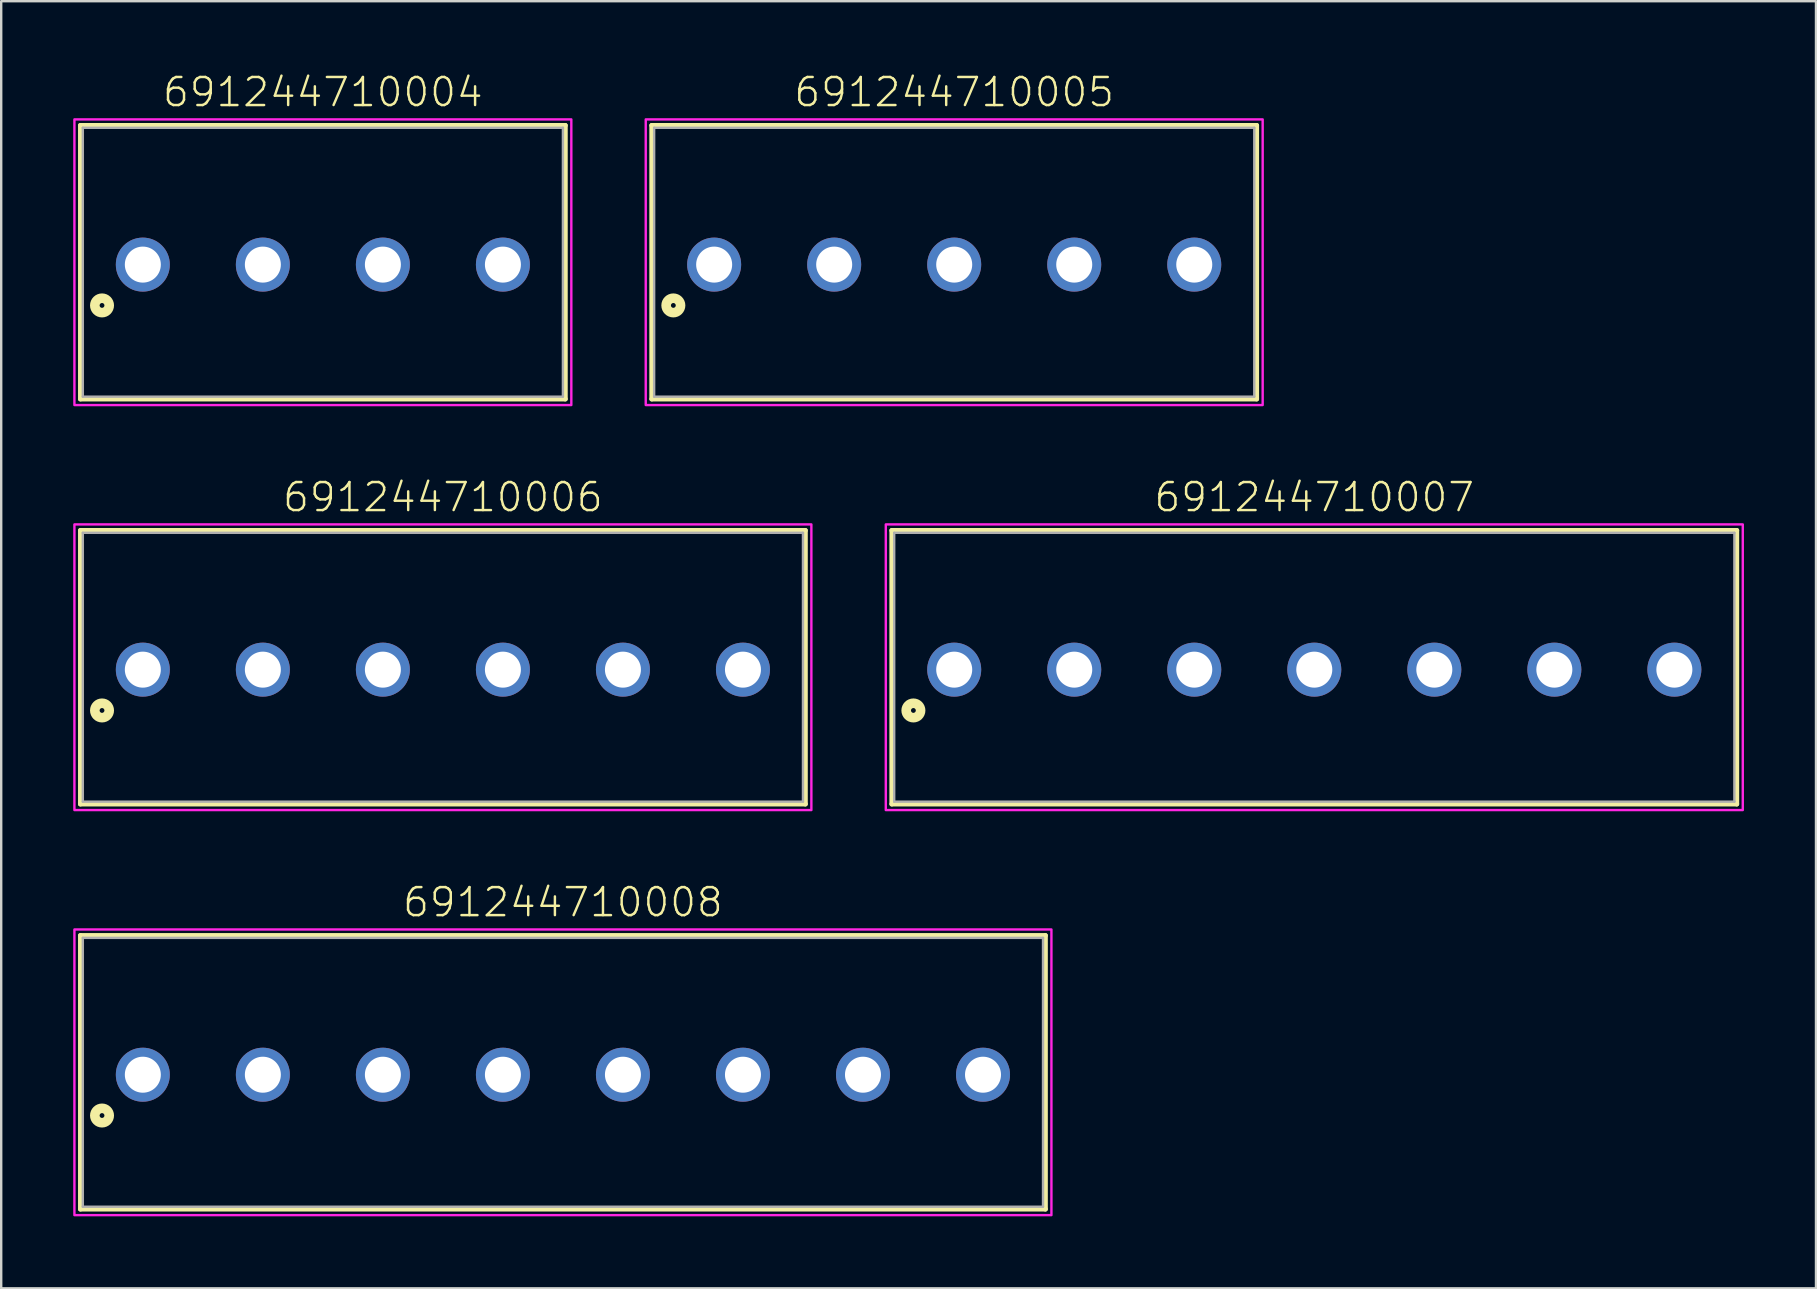
<source format=kicad_pcb>
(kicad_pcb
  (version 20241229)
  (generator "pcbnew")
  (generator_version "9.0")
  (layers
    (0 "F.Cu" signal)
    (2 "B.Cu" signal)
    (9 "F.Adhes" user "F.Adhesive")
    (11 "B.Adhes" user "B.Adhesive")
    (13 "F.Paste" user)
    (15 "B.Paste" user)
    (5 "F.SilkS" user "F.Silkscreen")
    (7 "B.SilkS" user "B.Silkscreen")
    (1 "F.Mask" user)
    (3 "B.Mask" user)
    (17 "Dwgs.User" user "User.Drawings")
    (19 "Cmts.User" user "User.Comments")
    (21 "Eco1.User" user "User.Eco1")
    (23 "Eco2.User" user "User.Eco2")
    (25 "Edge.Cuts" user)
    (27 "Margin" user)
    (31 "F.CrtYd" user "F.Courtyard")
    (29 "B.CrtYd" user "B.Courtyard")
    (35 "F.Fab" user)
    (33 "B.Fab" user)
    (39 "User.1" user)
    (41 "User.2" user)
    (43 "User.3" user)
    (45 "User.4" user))
  (footprint "691244710005"
    (layer "F.Cu")
    (at 36.7 7.973)
    (property "Reference" "691244710005" (at 0 -6.5 0) (unlocked yes) (layer "F.SilkS") (effects (font (size 1.168 1.168) (thickness 0.102)) (justify bottom)))
    (fp_line (start -12.6 -5.8) (end 12.6 -5.8) (stroke (width 0.2) (type solid)) (layer "F.SilkS"))
    (fp_line (start -12.6 5.6) (end -12.6 -5.8) (stroke (width 0.2) (type solid)) (layer "F.SilkS"))
    (fp_line (start 12.6 -5.8) (end 12.6 5.6) (stroke (width 0.2) (type solid)) (layer "F.SilkS"))
    (fp_line (start 12.6 5.6) (end -12.6 5.6) (stroke (width 0.2) (type solid)) (layer "F.SilkS"))
    (fp_circle (center -11.7 1.7) (end -11.6 1.7) (stroke (width 0.4) (type solid)) (fill no) (layer "F.SilkS"))
    (fp_poly (pts (xy 12.85 5.85) (xy -12.85 5.85) (xy -12.85 -6.05) (xy 12.85 -6.05)) (stroke (width 0.1) (type default)) (fill no) (layer "F.CrtYd"))
    (fp_line (start -12.5 -5.7) (end -12.5 5.5) (stroke (width 0.1) (type solid)) (layer "F.Fab"))
    (fp_line (start -12.5 -5.7) (end 12.5 -5.7) (stroke (width 0.1) (type solid)) (layer "F.Fab"))
    (fp_line (start -12.5 5.5) (end 12.5 5.5) (stroke (width 0.1) (type solid)) (layer "F.Fab"))
    (fp_line (start 12.5 -5.7) (end 12.5 5.5) (stroke (width 0.1) (type solid)) (layer "F.Fab"))
    (pad "1" thru_hole circle (at -10 0) (size 2.25 2.25) (drill 1.5) (layers "*.Cu" "*.Mask"))
    (pad "2" thru_hole circle (at -5 0) (size 2.25 2.25) (drill 1.5) (layers "*.Cu" "*.Mask"))
    (pad "3" thru_hole circle (at 0 0) (size 2.25 2.25) (drill 1.5) (layers "*.Cu" "*.Mask"))
    (pad "4" thru_hole circle (at 5 0) (size 2.25 2.25) (drill 1.5) (layers "*.Cu" "*.Mask"))
    (pad "5" thru_hole circle (at 10 0) (size 2.25 2.25) (drill 1.5) (layers "*.Cu" "*.Mask")))
  (footprint "691244710004"
    (layer "F.Cu")
    (at 10.4 7.973)
    (property "Reference" "691244710004" (at 0 -6.5 0) (unlocked yes) (layer "F.SilkS") (effects (font (size 1.168 1.168) (thickness 0.102)) (justify bottom)))
    (fp_line (start -10.1 -5.8) (end 10.1 -5.8) (stroke (width 0.2) (type solid)) (layer "F.SilkS"))
    (fp_line (start -10.1 5.6) (end -10.1 -5.8) (stroke (width 0.2) (type solid)) (layer "F.SilkS"))
    (fp_line (start 10.1 -5.8) (end 10.1 5.6) (stroke (width 0.2) (type solid)) (layer "F.SilkS"))
    (fp_line (start 10.1 5.6) (end -10.1 5.6) (stroke (width 0.2) (type solid)) (layer "F.SilkS"))
    (fp_circle (center -9.2 1.7) (end -9.1 1.7) (stroke (width 0.4) (type solid)) (fill no) (layer "F.SilkS"))
    (fp_poly (pts (xy 10.35 5.85) (xy -10.35 5.85) (xy -10.35 -6.05) (xy 10.35 -6.05)) (stroke (width 0.1) (type default)) (fill no) (layer "F.CrtYd"))
    (fp_line (start -10 -5.7) (end -10 5.5) (stroke (width 0.1) (type solid)) (layer "F.Fab"))
    (fp_line (start -10 -5.7) (end 10 -5.7) (stroke (width 0.1) (type solid)) (layer "F.Fab"))
    (fp_line (start -10 5.5) (end 10 5.5) (stroke (width 0.1) (type solid)) (layer "F.Fab"))
    (fp_line (start 10 -5.7) (end 10 5.5) (stroke (width 0.1) (type solid)) (layer "F.Fab"))
    (pad "1" thru_hole circle (at -7.5 0) (size 2.25 2.25) (drill 1.5) (layers "*.Cu" "*.Mask"))
    (pad "2" thru_hole circle (at -2.5 0) (size 2.25 2.25) (drill 1.5) (layers "*.Cu" "*.Mask"))
    (pad "3" thru_hole circle (at 2.5 0) (size 2.25 2.25) (drill 1.5) (layers "*.Cu" "*.Mask"))
    (pad "4" thru_hole circle (at 7.5 0) (size 2.25 2.25) (drill 1.5) (layers "*.Cu" "*.Mask")))
  (footprint "691244710008"
    (layer "F.Cu")
    (at 20.4 41.72)
    (property "Reference" "691244710008" (at 0 -6.5 0) (unlocked yes) (layer "F.SilkS") (effects (font (size 1.168 1.168) (thickness 0.102)) (justify bottom)))
    (fp_line (start -20.1 -5.8) (end 20.1 -5.8) (stroke (width 0.2) (type solid)) (layer "F.SilkS"))
    (fp_line (start -20.1 5.6) (end -20.1 -5.8) (stroke (width 0.2) (type solid)) (layer "F.SilkS"))
    (fp_line (start 20.1 -5.8) (end 20.1 5.6) (stroke (width 0.2) (type solid)) (layer "F.SilkS"))
    (fp_line (start 20.1 5.6) (end -20.1 5.6) (stroke (width 0.2) (type solid)) (layer "F.SilkS"))
    (fp_circle (center -19.2 1.7) (end -19.1 1.7) (stroke (width 0.4) (type solid)) (fill no) (layer "F.SilkS"))
    (fp_poly (pts (xy 20.35 5.85) (xy -20.35 5.85) (xy -20.35 -6.05) (xy 20.35 -6.05)) (stroke (width 0.1) (type default)) (fill no) (layer "F.CrtYd"))
    (fp_line (start -20 -5.7) (end -20 5.5) (stroke (width 0.1) (type solid)) (layer "F.Fab"))
    (fp_line (start -20 -5.7) (end 20 -5.7) (stroke (width 0.1) (type solid)) (layer "F.Fab"))
    (fp_line (start -20 5.5) (end 20 5.5) (stroke (width 0.1) (type solid)) (layer "F.Fab"))
    (fp_line (start 20 -5.7) (end 20 5.5) (stroke (width 0.1) (type solid)) (layer "F.Fab"))
    (pad "1" thru_hole circle (at -17.5 0) (size 2.25 2.25) (drill 1.5) (layers "*.Cu" "*.Mask"))
    (pad "2" thru_hole circle (at -12.5 0) (size 2.25 2.25) (drill 1.5) (layers "*.Cu" "*.Mask"))
    (pad "3" thru_hole circle (at -7.5 0) (size 2.25 2.25) (drill 1.5) (layers "*.Cu" "*.Mask"))
    (pad "4" thru_hole circle (at -2.5 0) (size 2.25 2.25) (drill 1.5) (layers "*.Cu" "*.Mask"))
    (pad "5" thru_hole circle (at 2.5 0) (size 2.25 2.25) (drill 1.5) (layers "*.Cu" "*.Mask"))
    (pad "6" thru_hole circle (at 7.5 0) (size 2.25 2.25) (drill 1.5) (layers "*.Cu" "*.Mask"))
    (pad "7" thru_hole circle (at 12.5 0) (size 2.25 2.25) (drill 1.5) (layers "*.Cu" "*.Mask"))
    (pad "8" thru_hole circle (at 17.5 0) (size 2.25 2.25) (drill 1.5) (layers "*.Cu" "*.Mask")))
  (footprint "691244710007"
    (layer "F.Cu")
    (at 51.7 24.846)
    (property "Reference" "691244710007" (at 0 -6.5 0) (unlocked yes) (layer "F.SilkS") (effects (font (size 1.168 1.168) (thickness 0.102)) (justify bottom)))
    (fp_line (start -17.6 -5.8) (end 17.6 -5.8) (stroke (width 0.2) (type solid)) (layer "F.SilkS"))
    (fp_line (start -17.6 5.6) (end -17.6 -5.8) (stroke (width 0.2) (type solid)) (layer "F.SilkS"))
    (fp_line (start 17.6 -5.8) (end 17.6 5.6) (stroke (width 0.2) (type solid)) (layer "F.SilkS"))
    (fp_line (start 17.6 5.6) (end -17.6 5.6) (stroke (width 0.2) (type solid)) (layer "F.SilkS"))
    (fp_circle (center -16.7 1.7) (end -16.6 1.7) (stroke (width 0.4) (type solid)) (fill no) (layer "F.SilkS"))
    (fp_poly (pts (xy 17.85 5.85) (xy -17.85 5.85) (xy -17.85 -6.05) (xy 17.85 -6.05)) (stroke (width 0.1) (type default)) (fill no) (layer "F.CrtYd"))
    (fp_line (start -17.5 -5.7) (end -17.5 5.5) (stroke (width 0.1) (type solid)) (layer "F.Fab"))
    (fp_line (start -17.5 -5.7) (end 17.5 -5.7) (stroke (width 0.1) (type solid)) (layer "F.Fab"))
    (fp_line (start -17.5 5.5) (end 17.5 5.5) (stroke (width 0.1) (type solid)) (layer "F.Fab"))
    (fp_line (start 17.5 -5.7) (end 17.5 5.5) (stroke (width 0.1) (type solid)) (layer "F.Fab"))
    (pad "1" thru_hole circle (at -15 0) (size 2.25 2.25) (drill 1.5) (layers "*.Cu" "*.Mask"))
    (pad "2" thru_hole circle (at -10 0) (size 2.25 2.25) (drill 1.5) (layers "*.Cu" "*.Mask"))
    (pad "3" thru_hole circle (at -5 0) (size 2.25 2.25) (drill 1.5) (layers "*.Cu" "*.Mask"))
    (pad "4" thru_hole circle (at 0 0) (size 2.25 2.25) (drill 1.5) (layers "*.Cu" "*.Mask"))
    (pad "5" thru_hole circle (at 5 0) (size 2.25 2.25) (drill 1.5) (layers "*.Cu" "*.Mask"))
    (pad "6" thru_hole circle (at 10 0) (size 2.25 2.25) (drill 1.5) (layers "*.Cu" "*.Mask"))
    (pad "7" thru_hole circle (at 15 0) (size 2.25 2.25) (drill 1.5) (layers "*.Cu" "*.Mask")))
  (footprint "691244710006"
    (layer "F.Cu")
    (at 15.4 24.846)
    (property "Reference" "691244710006" (at 0 -6.5 0) (unlocked yes) (layer "F.SilkS") (effects (font (size 1.168 1.168) (thickness 0.102)) (justify bottom)))
    (fp_line (start -15.1 -5.8) (end 15.1 -5.8) (stroke (width 0.2) (type solid)) (layer "F.SilkS"))
    (fp_line (start -15.1 5.6) (end -15.1 -5.8) (stroke (width 0.2) (type solid)) (layer "F.SilkS"))
    (fp_line (start 15.1 -5.8) (end 15.1 5.6) (stroke (width 0.2) (type solid)) (layer "F.SilkS"))
    (fp_line (start 15.1 5.6) (end -15.1 5.6) (stroke (width 0.2) (type solid)) (layer "F.SilkS"))
    (fp_circle (center -14.2 1.7) (end -14.1 1.7) (stroke (width 0.4) (type solid)) (fill no) (layer "F.SilkS"))
    (fp_poly (pts (xy 15.35 5.85) (xy -15.35 5.85) (xy -15.35 -6.05) (xy 15.35 -6.05)) (stroke (width 0.1) (type default)) (fill no) (layer "F.CrtYd"))
    (fp_line (start -15 -5.7) (end -15 5.5) (stroke (width 0.1) (type solid)) (layer "F.Fab"))
    (fp_line (start -15 -5.7) (end 15 -5.7) (stroke (width 0.1) (type solid)) (layer "F.Fab"))
    (fp_line (start -15 5.5) (end 15 5.5) (stroke (width 0.1) (type solid)) (layer "F.Fab"))
    (fp_line (start 15 -5.7) (end 15 5.5) (stroke (width 0.1) (type solid)) (layer "F.Fab"))
    (pad "1" thru_hole circle (at -12.5 0) (size 2.25 2.25) (drill 1.5) (layers "*.Cu" "*.Mask"))
    (pad "2" thru_hole circle (at -7.5 0) (size 2.25 2.25) (drill 1.5) (layers "*.Cu" "*.Mask"))
    (pad "3" thru_hole circle (at -2.5 0) (size 2.25 2.25) (drill 1.5) (layers "*.Cu" "*.Mask"))
    (pad "4" thru_hole circle (at 2.5 0) (size 2.25 2.25) (drill 1.5) (layers "*.Cu" "*.Mask"))
    (pad "5" thru_hole circle (at 7.5 0) (size 2.25 2.25) (drill 1.5) (layers "*.Cu" "*.Mask"))
    (pad "6" thru_hole circle (at 12.5 0) (size 2.25 2.25) (drill 1.5) (layers "*.Cu" "*.Mask")))
  (gr_rect
    (start -3 -3)
    (end 72.6 50.62)
    (stroke (width 0.1) (type default))
    (fill no)
    (layer "Edge.Cuts")))
</source>
